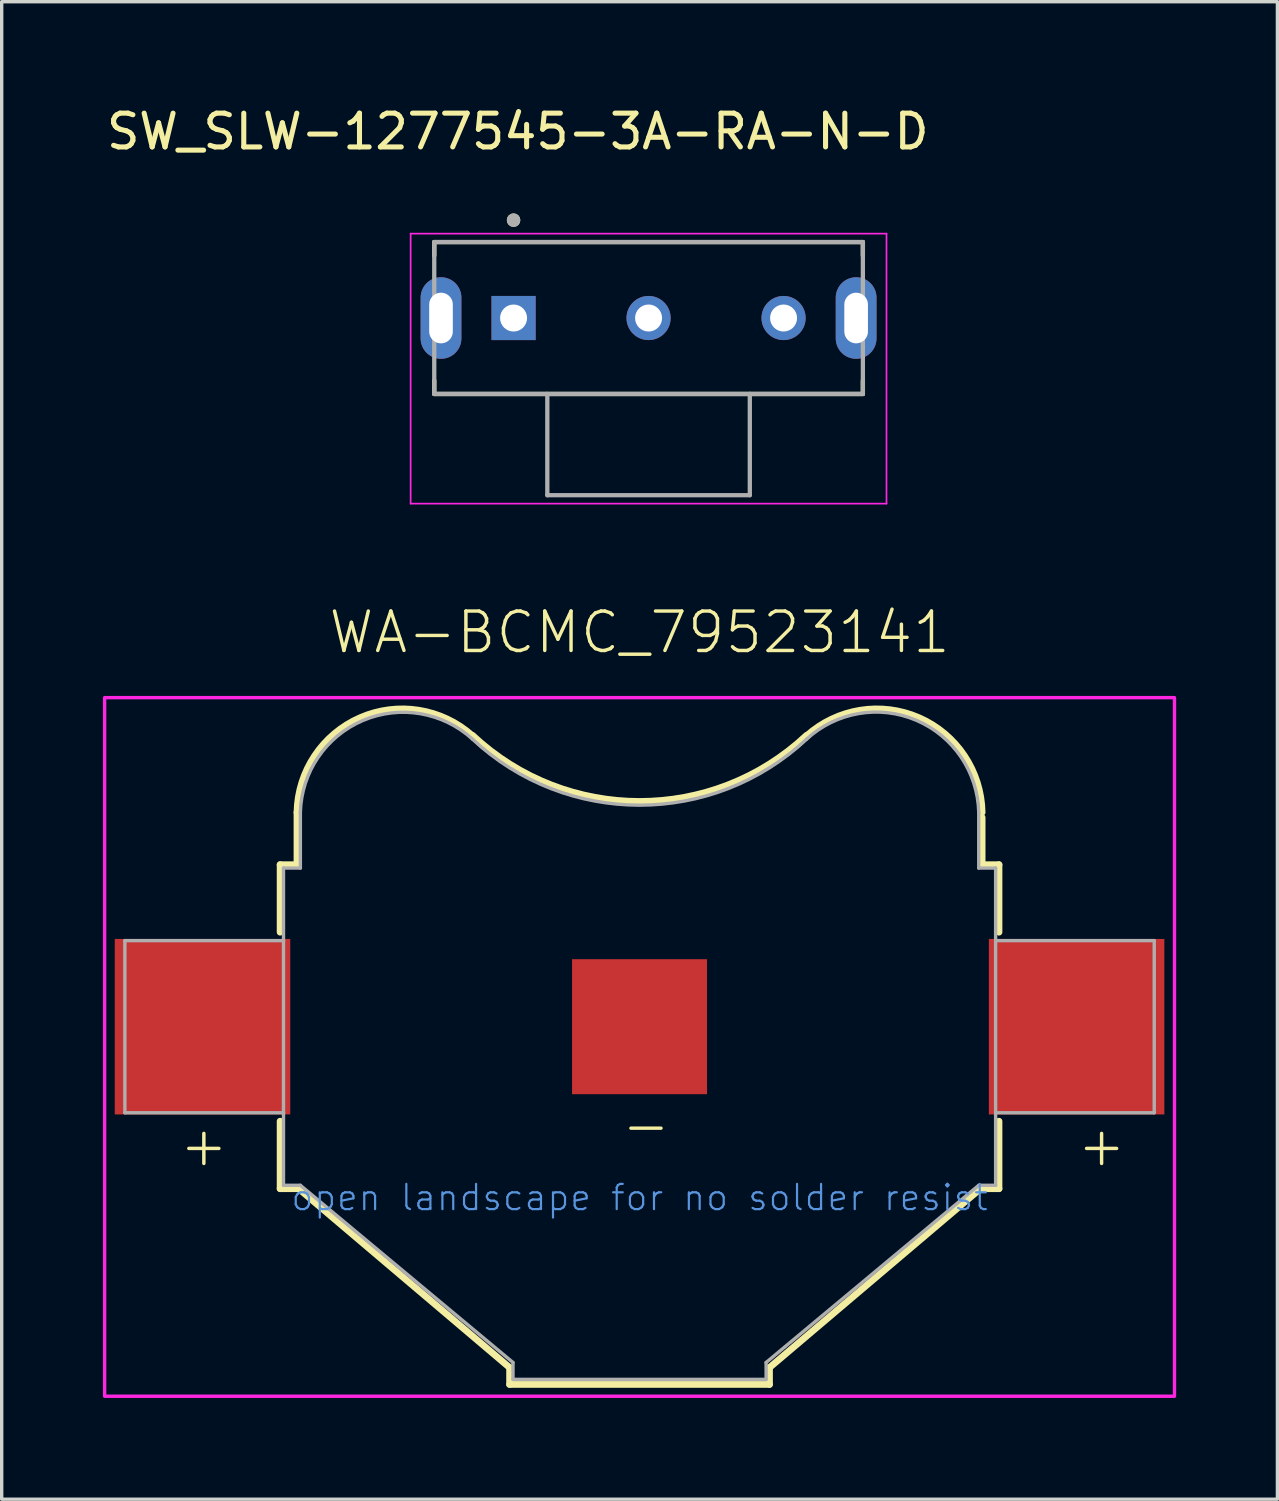
<source format=kicad_pcb>
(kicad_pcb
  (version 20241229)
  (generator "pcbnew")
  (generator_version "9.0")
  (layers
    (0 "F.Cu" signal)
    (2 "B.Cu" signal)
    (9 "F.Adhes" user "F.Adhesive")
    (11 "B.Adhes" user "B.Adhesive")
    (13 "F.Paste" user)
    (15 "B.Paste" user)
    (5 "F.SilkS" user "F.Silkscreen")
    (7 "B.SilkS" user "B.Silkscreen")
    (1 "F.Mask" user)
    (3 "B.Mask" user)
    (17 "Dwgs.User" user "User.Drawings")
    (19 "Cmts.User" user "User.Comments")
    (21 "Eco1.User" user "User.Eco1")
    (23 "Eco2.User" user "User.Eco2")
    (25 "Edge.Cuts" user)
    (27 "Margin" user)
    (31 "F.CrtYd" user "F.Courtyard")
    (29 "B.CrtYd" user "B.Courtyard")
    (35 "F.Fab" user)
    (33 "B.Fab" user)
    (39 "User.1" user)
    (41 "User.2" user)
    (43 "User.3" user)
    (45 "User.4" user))
  (footprint "SW_SLW-1277545-3A-RA-N-D"
    (layer "F.Cu")
    (at 16.167 6.373)
    (property "Reference" "SW_SLW-1277545-3A-RA-N-D" (at -3.875 -5.525 0) (layer "F.SilkS") (effects (font (size 1 1) (thickness 0.15))))
    (attr through_hole)
    (fp_line (start -6.35 -2.25) (end 6.35 -2.25) (stroke (width 0.127) (type solid)) (layer "F.SilkS"))
    (fp_line (start -6.35 -1.85) (end -6.35 -2.25) (stroke (width 0.127) (type solid)) (layer "F.SilkS"))
    (fp_line (start -6.35 1.85) (end -6.35 2.25) (stroke (width 0.127) (type solid)) (layer "F.SilkS"))
    (fp_line (start -6.35 2.25) (end 6.35 2.25) (stroke (width 0.127) (type solid)) (layer "F.SilkS"))
    (fp_line (start 6.35 -2.25) (end 6.35 -1.85) (stroke (width 0.127) (type solid)) (layer "F.SilkS"))
    (fp_line (start 6.35 2.25) (end 6.35 1.85) (stroke (width 0.127) (type solid)) (layer "F.SilkS"))
    (fp_circle (center -4 -2.9) (end -3.9 -2.9) (stroke (width 0.2) (type solid)) (fill no) (layer "F.SilkS"))
    (fp_line (start -7.05 -2.5) (end -7.05 5.5) (stroke (width 0.05) (type solid)) (layer "F.CrtYd"))
    (fp_line (start -7.05 5.5) (end 7.05 5.5) (stroke (width 0.05) (type solid)) (layer "F.CrtYd"))
    (fp_line (start 7.05 -2.5) (end -7.05 -2.5) (stroke (width 0.05) (type solid)) (layer "F.CrtYd"))
    (fp_line (start 7.05 5.5) (end 7.05 -2.5) (stroke (width 0.05) (type solid)) (layer "F.CrtYd"))
    (fp_line (start -6.35 -2.25) (end -6.35 2.25) (stroke (width 0.127) (type solid)) (layer "F.Fab"))
    (fp_line (start -6.35 2.25) (end -3 2.25) (stroke (width 0.127) (type solid)) (layer "F.Fab"))
    (fp_line (start -3 2.25) (end -3 5.25) (stroke (width 0.127) (type solid)) (layer "F.Fab"))
    (fp_line (start -3 2.25) (end 3 2.25) (stroke (width 0.127) (type solid)) (layer "F.Fab"))
    (fp_line (start -3 5.25) (end 3 5.25) (stroke (width 0.127) (type solid)) (layer "F.Fab"))
    (fp_line (start 3 2.25) (end 6.35 2.25) (stroke (width 0.127) (type solid)) (layer "F.Fab"))
    (fp_line (start 3 5.25) (end 3 2.25) (stroke (width 0.127) (type solid)) (layer "F.Fab"))
    (fp_line (start 6.35 -2.25) (end -6.35 -2.25) (stroke (width 0.127) (type solid)) (layer "F.Fab"))
    (fp_line (start 6.35 2.25) (end 6.35 -2.25) (stroke (width 0.127) (type solid)) (layer "F.Fab"))
    (fp_circle (center -4 -2.9) (end -3.9 -2.9) (stroke (width 0.2) (type solid)) (fill no) (layer "F.Fab"))
    (pad "1" thru_hole rect (at -4 0) (size 1.308 1.308) (drill 0.8) (layers "*.Cu" "*.Mask"))
    (pad "2" thru_hole circle (at 0 0) (size 1.308 1.308) (drill 0.8) (layers "*.Cu" "*.Mask"))
    (pad "3" thru_hole circle (at 4 0) (size 1.308 1.308) (drill 0.8) (layers "*.Cu" "*.Mask"))
    (pad "SH1" thru_hole oval (at -6.15 0) (size 1.208 2.416) (drill oval 0.7 1.5) (layers "*.Cu" "*.Mask"))
    (pad "SH2" thru_hole oval (at 6.15 0) (size 1.208 2.416) (drill oval 0.7 1.5) (layers "*.Cu" "*.Mask")))
  (footprint "WA-BCMC_79523141"
    (layer "F.Cu")
    (at 15.9 27.371)
    (property "Reference" "WA-BCMC_79523141" (at 0 -11 0) (unlocked yes) (layer "F.SilkS") (effects (font (size 1.168 1.168) (thickness 0.102)) (justify bottom)))
    (fp_poly (pts (xy 7.19 -9.367) (xy 7.541 -9.326) (xy 7.886 -9.245) (xy 8.219 -9.125) (xy 8.537 -8.968) (xy 8.834 -8.776) (xy 9.107 -8.551) (xy 9.353 -8.296) (xy 9.568 -8.015) (xy 9.75 -7.711) (xy 9.895 -7.389) (xy 10.003 -7.051) (xy 10.072 -6.704) (xy 10.096 -6.4) (xy 10.1 -6.4) (xy 10.1 -6.352) (xy 10.104 -6.302) (xy 10.1 -6.302) (xy 10.1 -4.75) (xy 10.6 -4.75) (xy 10.6 4.75) (xy 10.068 4.75) (xy 3.8 9.973) (xy 3.8 10.5) (xy -3.8 10.5) (xy -3.8 9.973) (xy -10.068 4.75) (xy -10.6 4.75) (xy -10.6 -4.75) (xy -10.1 -4.75) (xy -10.1 -6.354) (xy -10.002 -7.049) (xy -9.893 -7.387) (xy -9.747 -7.709) (xy -9.565 -8.012) (xy -9.35 -8.292) (xy -9.104 -8.546) (xy -8.831 -8.771) (xy -8.534 -8.963) (xy -8.217 -9.12) (xy -7.884 -9.239) (xy -7.54 -9.32) (xy -7.189 -9.361) (xy -6.835 -9.362) (xy -6.484 -9.323) (xy -6.139 -9.244) (xy -5.806 -9.126) (xy -5.488 -8.97) (xy -5.191 -8.78) (xy -4.919 -8.559) (xy -4.072 -7.878) (xy -3.616 -7.589) (xy -3.138 -7.335) (xy -2.643 -7.117) (xy -2.132 -6.938) (xy -1.61 -6.797) (xy -1.078 -6.695) (xy -0.541 -6.634) (xy 0 -6.614) (xy 0.541 -6.634) (xy 1.078 -6.695) (xy 1.61 -6.797) (xy 2.132 -6.938) (xy 2.643 -7.117) (xy 3.138 -7.335) (xy 3.616 -7.589) (xy 4.073 -7.879) (xy 4.507 -8.202) (xy 4.918 -8.558) (xy 5.19 -8.781) (xy 5.488 -8.973) (xy 5.806 -9.129) (xy 6.139 -9.248) (xy 6.484 -9.328) (xy 6.836 -9.367)) (stroke (width 0) (type default)) (fill yes) (layer "F.Mask"))
    (fp_line (start -10.65 -4.8) (end -10.15 -4.8) (stroke (width 0.2) (type solid)) (layer "F.SilkS"))
    (fp_line (start -10.65 -2.8) (end -10.65 -4.8) (stroke (width 0.2) (type solid)) (layer "F.SilkS"))
    (fp_line (start -10.65 2.8) (end -10.65 4.8) (stroke (width 0.2) (type solid)) (layer "F.SilkS"))
    (fp_line (start -10.65 4.8) (end -10.1 4.8) (stroke (width 0.2) (type solid)) (layer "F.SilkS"))
    (fp_line (start -10.15 -4.8) (end -10.15 -6.35) (stroke (width 0.2) (type solid)) (layer "F.SilkS"))
    (fp_line (start -10.1 4.8) (end -3.85 10.1) (stroke (width 0.2) (type solid)) (layer "F.SilkS"))
    (fp_line (start -3.85 10.1) (end -3.85 10.6) (stroke (width 0.2) (type solid)) (layer "F.SilkS"))
    (fp_line (start -3.85 10.6) (end 3.85 10.6) (stroke (width 0.2) (type solid)) (layer "F.SilkS"))
    (fp_line (start 3.85 10.1) (end 10.1 4.8) (stroke (width 0.2) (type solid)) (layer "F.SilkS"))
    (fp_line (start 3.85 10.6) (end 3.85 10.1) (stroke (width 0.2) (type solid)) (layer "F.SilkS"))
    (fp_line (start 10.1 4.8) (end 10.65 4.8) (stroke (width 0.2) (type solid)) (layer "F.SilkS"))
    (fp_line (start 10.15 -4.8) (end 10.15 -6.2) (stroke (width 0.2) (type solid)) (layer "F.SilkS"))
    (fp_line (start 10.15 -4.8) (end 10.65 -4.8) (stroke (width 0.2) (type solid)) (layer "F.SilkS"))
    (fp_line (start 10.65 -2.8) (end 10.65 -4.8) (stroke (width 0.2) (type solid)) (layer "F.SilkS"))
    (fp_line (start 10.65 2.8) (end 10.65 4.8) (stroke (width 0.2) (type solid)) (layer "F.SilkS"))
    (fp_arc (start -10.15 -6.35) (mid -8.279271 -9.155577) (end -4.949999 -8.62) (stroke (width 0.2) (type solid)) (layer "F.SilkS"))
    (fp_arc (start 4.949999 -8.62) (mid 8.27927 -9.155577) (end 10.15 -6.35) (stroke (width 0.2) (type solid)) (layer "F.SilkS"))
    (fp_arc (start 4.95 -8.62) (mid 0 -6.664071) (end -4.95 -8.62) (stroke (width 0.22) (type solid)) (layer "F.SilkS"))
    (fp_poly (pts (xy 15.85 10.95) (xy -15.85 10.95) (xy -15.85 -9.75) (xy 15.85 -9.75)) (stroke (width 0.1) (type default)) (fill no) (layer "F.CrtYd"))
    (fp_line (start -15.25 -2.55) (end -10.55 -2.55) (stroke (width 0.1) (type solid)) (layer "F.Fab"))
    (fp_line (start -15.25 2.55) (end -15.25 -2.55) (stroke (width 0.1) (type solid)) (layer "F.Fab"))
    (fp_line (start -15.25 2.55) (end -10.55 2.55) (stroke (width 0.1) (type solid)) (layer "F.Fab"))
    (fp_line (start -10.55 -4.7) (end -10.05 -4.7) (stroke (width 0.1) (type solid)) (layer "F.Fab"))
    (fp_line (start -10.55 -2.55) (end -10.55 -4.7) (stroke (width 0.1) (type solid)) (layer "F.Fab"))
    (fp_line (start -10.55 -2.55) (end -10.55 2.55) (stroke (width 0.1) (type solid)) (layer "F.Fab"))
    (fp_line (start -10.55 4.7) (end -10.55 2.55) (stroke (width 0.1) (type solid)) (layer "F.Fab"))
    (fp_line (start -10.55 4.7) (end -10.05 4.7) (stroke (width 0.1) (type solid)) (layer "F.Fab"))
    (fp_line (start -10.05 -4.7) (end -10.05 -6.35) (stroke (width 0.1) (type solid)) (layer "F.Fab"))
    (fp_line (start -3.75 9.95) (end -10.05 4.7) (stroke (width 0.1) (type solid)) (layer "F.Fab"))
    (fp_line (start -3.75 10.45) (end -3.75 9.95) (stroke (width 0.1) (type solid)) (layer "F.Fab"))
    (fp_line (start -3.75 10.45) (end 3.75 10.45) (stroke (width 0.1) (type solid)) (layer "F.Fab"))
    (fp_line (start 3.75 9.95) (end 10.05 4.7) (stroke (width 0.1) (type solid)) (layer "F.Fab"))
    (fp_line (start 3.75 10.45) (end 3.75 9.95) (stroke (width 0.1) (type solid)) (layer "F.Fab"))
    (fp_line (start 10.05 -4.7) (end 10.05 -6.35) (stroke (width 0.1) (type solid)) (layer "F.Fab"))
    (fp_line (start 10.05 4.7) (end 10.55 4.7) (stroke (width 0.1) (type solid)) (layer "F.Fab"))
    (fp_line (start 10.55 -4.7) (end 10.05 -4.7) (stroke (width 0.1) (type solid)) (layer "F.Fab"))
    (fp_line (start 10.55 -2.55) (end 10.55 -4.7) (stroke (width 0.1) (type solid)) (layer "F.Fab"))
    (fp_line (start 10.55 -2.55) (end 10.55 2.55) (stroke (width 0.1) (type solid)) (layer "F.Fab"))
    (fp_line (start 10.55 4.7) (end 10.55 2.55) (stroke (width 0.1) (type solid)) (layer "F.Fab"))
    (fp_line (start 15.25 -2.55) (end 10.55 -2.55) (stroke (width 0.1) (type solid)) (layer "F.Fab"))
    (fp_line (start 15.25 2.55) (end 10.55 2.55) (stroke (width 0.1) (type solid)) (layer "F.Fab"))
    (fp_line (start 15.25 2.55) (end 15.25 -2.55) (stroke (width 0.1) (type solid)) (layer "F.Fab"))
    (fp_arc (start -10.05 -6.35) (mid -8.197144 -9.07345) (end -4.949999 -8.519999) (stroke (width 0.1) (type solid)) (layer "F.Fab"))
    (fp_arc (start 4.949999 -8.519999) (mid 8.199665 -9.079376) (end 10.05 -6.35) (stroke (width 0.1) (type solid)) (layer "F.Fab"))
    (fp_arc (start 4.95 -8.52) (mid 0 -6.564071) (end -4.95 -8.52) (stroke (width 0.1) (type solid)) (layer "F.Fab"))
    (fp_text user "+" (at 12.9 4.2 0) (unlocked yes) (layer "F.SilkS") (effects (font (size 1.168 1.168) (thickness 0.102)) (justify left bottom)))
    (fp_text user "+" (at -13.7 4.2 0) (unlocked yes) (layer "F.SilkS") (effects (font (size 1.168 1.168) (thickness 0.102)) (justify left bottom)))
    (fp_text user "-" (at -0.6 3.6 0) (unlocked yes) (layer "F.SilkS") (effects (font (size 1.168 1.168) (thickness 0.102)) (justify left bottom)))
    (fp_text user "open landscape for no solder resist" (at 0 5.5 0) (unlocked yes) (layer "Cmts.User") (effects (font (size 0.748 0.748) (thickness 0.065)) (justify bottom)))
    (pad "-" smd rect (at 0 0) (size 4 4) (layers "F.Cu" "F.Mask" "F.Paste"))
    (pad "1" smd rect (at -12.95 0 180) (size 5.2 5.2) (layers "F.Cu" "F.Mask" "F.Paste"))
    (pad "2" smd rect (at 12.95 0) (size 5.2 5.2) (layers "F.Cu" "F.Mask" "F.Paste")))
  (gr_rect
    (start -3 -3)
    (end 34.8 41.371)
    (stroke (width 0.1) (type default))
    (fill no)
    (layer "Edge.Cuts")))
</source>
